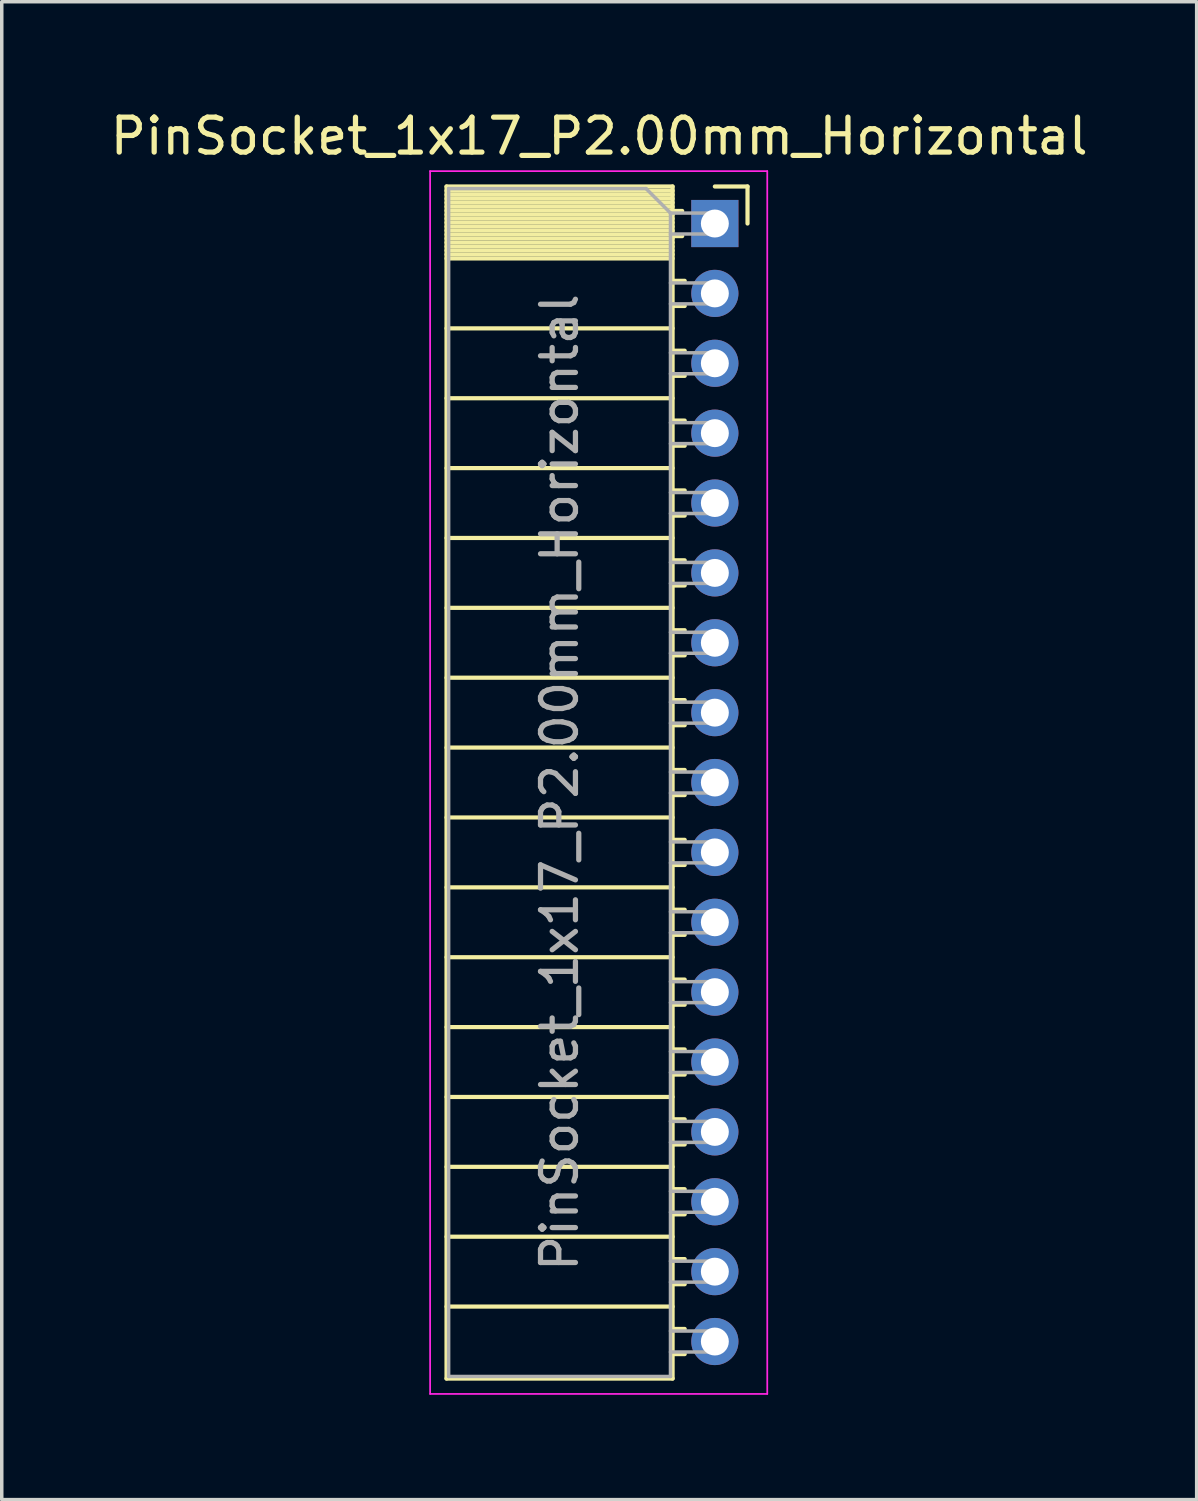
<source format=kicad_pcb>
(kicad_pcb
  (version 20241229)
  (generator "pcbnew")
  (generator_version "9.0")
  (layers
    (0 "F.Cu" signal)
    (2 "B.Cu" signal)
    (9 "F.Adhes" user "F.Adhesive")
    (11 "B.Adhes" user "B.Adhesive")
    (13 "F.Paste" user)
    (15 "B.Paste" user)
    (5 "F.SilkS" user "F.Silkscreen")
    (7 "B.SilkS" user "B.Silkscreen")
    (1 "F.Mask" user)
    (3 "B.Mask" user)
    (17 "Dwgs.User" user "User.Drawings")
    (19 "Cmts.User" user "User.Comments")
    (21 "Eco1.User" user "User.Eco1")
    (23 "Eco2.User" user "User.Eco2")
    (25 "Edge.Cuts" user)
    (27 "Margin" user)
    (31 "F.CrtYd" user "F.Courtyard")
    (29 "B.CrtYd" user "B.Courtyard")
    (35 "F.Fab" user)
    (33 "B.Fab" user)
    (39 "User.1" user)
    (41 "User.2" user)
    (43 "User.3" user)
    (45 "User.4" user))
  (footprint "PinSocket_1x17_P2.00mm_Horizontal"
    (layer "F.Cu")
    (at 17.411 3.348)
    (property "Reference" "PinSocket_1x17_P2.00mm_Horizontal" (at -3.31 -2.5 0) (layer "F.SilkS") (effects (font (size 1 1) (thickness 0.15))))
    (attr through_hole)
    (fp_line (start -7.68 -1.06) (end -7.68 33.06) (stroke (width 0.12) (type solid)) (layer "F.SilkS"))
    (fp_line (start -7.68 -1.06) (end -1.21 -1.06) (stroke (width 0.12) (type solid)) (layer "F.SilkS"))
    (fp_line (start -7.68 -0.94) (end -1.21 -0.94) (stroke (width 0.12) (type solid)) (layer "F.SilkS"))
    (fp_line (start -7.68 -0.826) (end -1.21 -0.826) (stroke (width 0.12) (type solid)) (layer "F.SilkS"))
    (fp_line (start -7.68 -0.712) (end -1.21 -0.712) (stroke (width 0.12) (type solid)) (layer "F.SilkS"))
    (fp_line (start -7.68 -0.598) (end -1.21 -0.598) (stroke (width 0.12) (type solid)) (layer "F.SilkS"))
    (fp_line (start -7.68 -0.484) (end -1.21 -0.484) (stroke (width 0.12) (type solid)) (layer "F.SilkS"))
    (fp_line (start -7.68 -0.369) (end -1.21 -0.369) (stroke (width 0.12) (type solid)) (layer "F.SilkS"))
    (fp_line (start -7.68 -0.255) (end -1.21 -0.255) (stroke (width 0.12) (type solid)) (layer "F.SilkS"))
    (fp_line (start -7.68 -0.141) (end -1.21 -0.141) (stroke (width 0.12) (type solid)) (layer "F.SilkS"))
    (fp_line (start -7.68 -0.027) (end -1.21 -0.027) (stroke (width 0.12) (type solid)) (layer "F.SilkS"))
    (fp_line (start -7.68 0.087) (end -1.21 0.087) (stroke (width 0.12) (type solid)) (layer "F.SilkS"))
    (fp_line (start -7.68 0.201) (end -1.21 0.201) (stroke (width 0.12) (type solid)) (layer "F.SilkS"))
    (fp_line (start -7.68 0.315) (end -1.21 0.315) (stroke (width 0.12) (type solid)) (layer "F.SilkS"))
    (fp_line (start -7.68 0.429) (end -1.21 0.429) (stroke (width 0.12) (type solid)) (layer "F.SilkS"))
    (fp_line (start -7.68 0.544) (end -1.21 0.544) (stroke (width 0.12) (type solid)) (layer "F.SilkS"))
    (fp_line (start -7.68 0.658) (end -1.21 0.658) (stroke (width 0.12) (type solid)) (layer "F.SilkS"))
    (fp_line (start -7.68 0.772) (end -1.21 0.772) (stroke (width 0.12) (type solid)) (layer "F.SilkS"))
    (fp_line (start -7.68 0.886) (end -1.21 0.886) (stroke (width 0.12) (type solid)) (layer "F.SilkS"))
    (fp_line (start -7.68 1) (end -1.21 1) (stroke (width 0.12) (type solid)) (layer "F.SilkS"))
    (fp_line (start -7.68 3) (end -1.21 3) (stroke (width 0.12) (type solid)) (layer "F.SilkS"))
    (fp_line (start -7.68 5) (end -1.21 5) (stroke (width 0.12) (type solid)) (layer "F.SilkS"))
    (fp_line (start -7.68 7) (end -1.21 7) (stroke (width 0.12) (type solid)) (layer "F.SilkS"))
    (fp_line (start -7.68 9) (end -1.21 9) (stroke (width 0.12) (type solid)) (layer "F.SilkS"))
    (fp_line (start -7.68 11) (end -1.21 11) (stroke (width 0.12) (type solid)) (layer "F.SilkS"))
    (fp_line (start -7.68 13) (end -1.21 13) (stroke (width 0.12) (type solid)) (layer "F.SilkS"))
    (fp_line (start -7.68 15) (end -1.21 15) (stroke (width 0.12) (type solid)) (layer "F.SilkS"))
    (fp_line (start -7.68 17) (end -1.21 17) (stroke (width 0.12) (type solid)) (layer "F.SilkS"))
    (fp_line (start -7.68 19) (end -1.21 19) (stroke (width 0.12) (type solid)) (layer "F.SilkS"))
    (fp_line (start -7.68 21) (end -1.21 21) (stroke (width 0.12) (type solid)) (layer "F.SilkS"))
    (fp_line (start -7.68 23) (end -1.21 23) (stroke (width 0.12) (type solid)) (layer "F.SilkS"))
    (fp_line (start -7.68 25) (end -1.21 25) (stroke (width 0.12) (type solid)) (layer "F.SilkS"))
    (fp_line (start -7.68 27) (end -1.21 27) (stroke (width 0.12) (type solid)) (layer "F.SilkS"))
    (fp_line (start -7.68 29) (end -1.21 29) (stroke (width 0.12) (type solid)) (layer "F.SilkS"))
    (fp_line (start -7.68 31) (end -1.21 31) (stroke (width 0.12) (type solid)) (layer "F.SilkS"))
    (fp_line (start -7.68 33.06) (end -1.21 33.06) (stroke (width 0.12) (type solid)) (layer "F.SilkS"))
    (fp_line (start -1.21 -1.06) (end -1.21 33.06) (stroke (width 0.12) (type solid)) (layer "F.SilkS"))
    (fp_line (start -1.21 -0.36) (end -0.935 -0.36) (stroke (width 0.12) (type solid)) (layer "F.SilkS"))
    (fp_line (start -1.21 0.36) (end -0.935 0.36) (stroke (width 0.12) (type solid)) (layer "F.SilkS"))
    (fp_line (start -1.21 1.64) (end -0.863 1.64) (stroke (width 0.12) (type solid)) (layer "F.SilkS"))
    (fp_line (start -1.21 2.36) (end -0.863 2.36) (stroke (width 0.12) (type solid)) (layer "F.SilkS"))
    (fp_line (start -1.21 3.64) (end -0.863 3.64) (stroke (width 0.12) (type solid)) (layer "F.SilkS"))
    (fp_line (start -1.21 4.36) (end -0.863 4.36) (stroke (width 0.12) (type solid)) (layer "F.SilkS"))
    (fp_line (start -1.21 5.64) (end -0.863 5.64) (stroke (width 0.12) (type solid)) (layer "F.SilkS"))
    (fp_line (start -1.21 6.36) (end -0.863 6.36) (stroke (width 0.12) (type solid)) (layer "F.SilkS"))
    (fp_line (start -1.21 7.64) (end -0.863 7.64) (stroke (width 0.12) (type solid)) (layer "F.SilkS"))
    (fp_line (start -1.21 8.36) (end -0.863 8.36) (stroke (width 0.12) (type solid)) (layer "F.SilkS"))
    (fp_line (start -1.21 9.64) (end -0.863 9.64) (stroke (width 0.12) (type solid)) (layer "F.SilkS"))
    (fp_line (start -1.21 10.36) (end -0.863 10.36) (stroke (width 0.12) (type solid)) (layer "F.SilkS"))
    (fp_line (start -1.21 11.64) (end -0.863 11.64) (stroke (width 0.12) (type solid)) (layer "F.SilkS"))
    (fp_line (start -1.21 12.36) (end -0.863 12.36) (stroke (width 0.12) (type solid)) (layer "F.SilkS"))
    (fp_line (start -1.21 13.64) (end -0.863 13.64) (stroke (width 0.12) (type solid)) (layer "F.SilkS"))
    (fp_line (start -1.21 14.36) (end -0.863 14.36) (stroke (width 0.12) (type solid)) (layer "F.SilkS"))
    (fp_line (start -1.21 15.64) (end -0.863 15.64) (stroke (width 0.12) (type solid)) (layer "F.SilkS"))
    (fp_line (start -1.21 16.36) (end -0.863 16.36) (stroke (width 0.12) (type solid)) (layer "F.SilkS"))
    (fp_line (start -1.21 17.64) (end -0.863 17.64) (stroke (width 0.12) (type solid)) (layer "F.SilkS"))
    (fp_line (start -1.21 18.36) (end -0.863 18.36) (stroke (width 0.12) (type solid)) (layer "F.SilkS"))
    (fp_line (start -1.21 19.64) (end -0.863 19.64) (stroke (width 0.12) (type solid)) (layer "F.SilkS"))
    (fp_line (start -1.21 20.36) (end -0.863 20.36) (stroke (width 0.12) (type solid)) (layer "F.SilkS"))
    (fp_line (start -1.21 21.64) (end -0.863 21.64) (stroke (width 0.12) (type solid)) (layer "F.SilkS"))
    (fp_line (start -1.21 22.36) (end -0.863 22.36) (stroke (width 0.12) (type solid)) (layer "F.SilkS"))
    (fp_line (start -1.21 23.64) (end -0.863 23.64) (stroke (width 0.12) (type solid)) (layer "F.SilkS"))
    (fp_line (start -1.21 24.36) (end -0.863 24.36) (stroke (width 0.12) (type solid)) (layer "F.SilkS"))
    (fp_line (start -1.21 25.64) (end -0.863 25.64) (stroke (width 0.12) (type solid)) (layer "F.SilkS"))
    (fp_line (start -1.21 26.36) (end -0.863 26.36) (stroke (width 0.12) (type solid)) (layer "F.SilkS"))
    (fp_line (start -1.21 27.64) (end -0.863 27.64) (stroke (width 0.12) (type solid)) (layer "F.SilkS"))
    (fp_line (start -1.21 28.36) (end -0.863 28.36) (stroke (width 0.12) (type solid)) (layer "F.SilkS"))
    (fp_line (start -1.21 29.64) (end -0.863 29.64) (stroke (width 0.12) (type solid)) (layer "F.SilkS"))
    (fp_line (start -1.21 30.36) (end -0.863 30.36) (stroke (width 0.12) (type solid)) (layer "F.SilkS"))
    (fp_line (start -1.21 31.64) (end -0.863 31.64) (stroke (width 0.12) (type solid)) (layer "F.SilkS"))
    (fp_line (start -1.21 32.36) (end -0.863 32.36) (stroke (width 0.12) (type solid)) (layer "F.SilkS"))
    (fp_line (start 0 -1.06) (end 0.935 -1.06) (stroke (width 0.12) (type solid)) (layer "F.SilkS"))
    (fp_line (start 0.935 -1.06) (end 0.935 0) (stroke (width 0.12) (type solid)) (layer "F.SilkS"))
    (fp_line (start -8.15 -1.5) (end -8.15 33.5) (stroke (width 0.05) (type solid)) (layer "F.CrtYd"))
    (fp_line (start -8.15 33.5) (end 1.5 33.5) (stroke (width 0.05) (type solid)) (layer "F.CrtYd"))
    (fp_line (start 1.5 -1.5) (end -8.15 -1.5) (stroke (width 0.05) (type solid)) (layer "F.CrtYd"))
    (fp_line (start 1.5 33.5) (end 1.5 -1.5) (stroke (width 0.05) (type solid)) (layer "F.CrtYd"))
    (fp_line (start -7.62 -1) (end -1.97 -1) (stroke (width 0.1) (type solid)) (layer "F.Fab"))
    (fp_line (start -7.62 33) (end -7.62 -1) (stroke (width 0.1) (type solid)) (layer "F.Fab"))
    (fp_line (start -1.97 -1) (end -1.27 -0.3) (stroke (width 0.1) (type solid)) (layer "F.Fab"))
    (fp_line (start -1.27 -0.3) (end -1.27 33) (stroke (width 0.1) (type solid)) (layer "F.Fab"))
    (fp_line (start -1.27 0.3) (end 0 0.3) (stroke (width 0.1) (type solid)) (layer "F.Fab"))
    (fp_line (start -1.27 2.3) (end 0 2.3) (stroke (width 0.1) (type solid)) (layer "F.Fab"))
    (fp_line (start -1.27 4.3) (end 0 4.3) (stroke (width 0.1) (type solid)) (layer "F.Fab"))
    (fp_line (start -1.27 6.3) (end 0 6.3) (stroke (width 0.1) (type solid)) (layer "F.Fab"))
    (fp_line (start -1.27 8.3) (end 0 8.3) (stroke (width 0.1) (type solid)) (layer "F.Fab"))
    (fp_line (start -1.27 10.3) (end 0 10.3) (stroke (width 0.1) (type solid)) (layer "F.Fab"))
    (fp_line (start -1.27 12.3) (end 0 12.3) (stroke (width 0.1) (type solid)) (layer "F.Fab"))
    (fp_line (start -1.27 14.3) (end 0 14.3) (stroke (width 0.1) (type solid)) (layer "F.Fab"))
    (fp_line (start -1.27 16.3) (end 0 16.3) (stroke (width 0.1) (type solid)) (layer "F.Fab"))
    (fp_line (start -1.27 18.3) (end 0 18.3) (stroke (width 0.1) (type solid)) (layer "F.Fab"))
    (fp_line (start -1.27 20.3) (end 0 20.3) (stroke (width 0.1) (type solid)) (layer "F.Fab"))
    (fp_line (start -1.27 22.3) (end 0 22.3) (stroke (width 0.1) (type solid)) (layer "F.Fab"))
    (fp_line (start -1.27 24.3) (end 0 24.3) (stroke (width 0.1) (type solid)) (layer "F.Fab"))
    (fp_line (start -1.27 26.3) (end 0 26.3) (stroke (width 0.1) (type solid)) (layer "F.Fab"))
    (fp_line (start -1.27 28.3) (end 0 28.3) (stroke (width 0.1) (type solid)) (layer "F.Fab"))
    (fp_line (start -1.27 30.3) (end 0 30.3) (stroke (width 0.1) (type solid)) (layer "F.Fab"))
    (fp_line (start -1.27 32.3) (end 0 32.3) (stroke (width 0.1) (type solid)) (layer "F.Fab"))
    (fp_line (start -1.27 33) (end -7.62 33) (stroke (width 0.1) (type solid)) (layer "F.Fab"))
    (fp_line (start 0 -0.3) (end -1.27 -0.3) (stroke (width 0.1) (type solid)) (layer "F.Fab"))
    (fp_line (start 0 0.3) (end 0 -0.3) (stroke (width 0.1) (type solid)) (layer "F.Fab"))
    (fp_line (start 0 1.7) (end -1.27 1.7) (stroke (width 0.1) (type solid)) (layer "F.Fab"))
    (fp_line (start 0 2.3) (end 0 1.7) (stroke (width 0.1) (type solid)) (layer "F.Fab"))
    (fp_line (start 0 3.7) (end -1.27 3.7) (stroke (width 0.1) (type solid)) (layer "F.Fab"))
    (fp_line (start 0 4.3) (end 0 3.7) (stroke (width 0.1) (type solid)) (layer "F.Fab"))
    (fp_line (start 0 5.7) (end -1.27 5.7) (stroke (width 0.1) (type solid)) (layer "F.Fab"))
    (fp_line (start 0 6.3) (end 0 5.7) (stroke (width 0.1) (type solid)) (layer "F.Fab"))
    (fp_line (start 0 7.7) (end -1.27 7.7) (stroke (width 0.1) (type solid)) (layer "F.Fab"))
    (fp_line (start 0 8.3) (end 0 7.7) (stroke (width 0.1) (type solid)) (layer "F.Fab"))
    (fp_line (start 0 9.7) (end -1.27 9.7) (stroke (width 0.1) (type solid)) (layer "F.Fab"))
    (fp_line (start 0 10.3) (end 0 9.7) (stroke (width 0.1) (type solid)) (layer "F.Fab"))
    (fp_line (start 0 11.7) (end -1.27 11.7) (stroke (width 0.1) (type solid)) (layer "F.Fab"))
    (fp_line (start 0 12.3) (end 0 11.7) (stroke (width 0.1) (type solid)) (layer "F.Fab"))
    (fp_line (start 0 13.7) (end -1.27 13.7) (stroke (width 0.1) (type solid)) (layer "F.Fab"))
    (fp_line (start 0 14.3) (end 0 13.7) (stroke (width 0.1) (type solid)) (layer "F.Fab"))
    (fp_line (start 0 15.7) (end -1.27 15.7) (stroke (width 0.1) (type solid)) (layer "F.Fab"))
    (fp_line (start 0 16.3) (end 0 15.7) (stroke (width 0.1) (type solid)) (layer "F.Fab"))
    (fp_line (start 0 17.7) (end -1.27 17.7) (stroke (width 0.1) (type solid)) (layer "F.Fab"))
    (fp_line (start 0 18.3) (end 0 17.7) (stroke (width 0.1) (type solid)) (layer "F.Fab"))
    (fp_line (start 0 19.7) (end -1.27 19.7) (stroke (width 0.1) (type solid)) (layer "F.Fab"))
    (fp_line (start 0 20.3) (end 0 19.7) (stroke (width 0.1) (type solid)) (layer "F.Fab"))
    (fp_line (start 0 21.7) (end -1.27 21.7) (stroke (width 0.1) (type solid)) (layer "F.Fab"))
    (fp_line (start 0 22.3) (end 0 21.7) (stroke (width 0.1) (type solid)) (layer "F.Fab"))
    (fp_line (start 0 23.7) (end -1.27 23.7) (stroke (width 0.1) (type solid)) (layer "F.Fab"))
    (fp_line (start 0 24.3) (end 0 23.7) (stroke (width 0.1) (type solid)) (layer "F.Fab"))
    (fp_line (start 0 25.7) (end -1.27 25.7) (stroke (width 0.1) (type solid)) (layer "F.Fab"))
    (fp_line (start 0 26.3) (end 0 25.7) (stroke (width 0.1) (type solid)) (layer "F.Fab"))
    (fp_line (start 0 27.7) (end -1.27 27.7) (stroke (width 0.1) (type solid)) (layer "F.Fab"))
    (fp_line (start 0 28.3) (end 0 27.7) (stroke (width 0.1) (type solid)) (layer "F.Fab"))
    (fp_line (start 0 29.7) (end -1.27 29.7) (stroke (width 0.1) (type solid)) (layer "F.Fab"))
    (fp_line (start 0 30.3) (end 0 29.7) (stroke (width 0.1) (type solid)) (layer "F.Fab"))
    (fp_line (start 0 31.7) (end -1.27 31.7) (stroke (width 0.1) (type solid)) (layer "F.Fab"))
    (fp_line (start 0 32.3) (end 0 31.7) (stroke (width 0.1) (type solid)) (layer "F.Fab"))
    (fp_text user "${REFERENCE}" (at -4.445 16 90) (layer "F.Fab") (effects (font (size 1 1) (thickness 0.15))))
    (pad "1" thru_hole rect (at 0 0) (size 1.35 1.35) (drill 0.8) (layers "*.Cu" "*.Mask"))
    (pad "2" thru_hole circle (at 0 2) (size 1.35 1.35) (drill 0.8) (layers "*.Cu" "*.Mask"))
    (pad "3" thru_hole circle (at 0 4) (size 1.35 1.35) (drill 0.8) (layers "*.Cu" "*.Mask"))
    (pad "4" thru_hole circle (at 0 6) (size 1.35 1.35) (drill 0.8) (layers "*.Cu" "*.Mask"))
    (pad "5" thru_hole circle (at 0 8) (size 1.35 1.35) (drill 0.8) (layers "*.Cu" "*.Mask"))
    (pad "6" thru_hole circle (at 0 10) (size 1.35 1.35) (drill 0.8) (layers "*.Cu" "*.Mask"))
    (pad "7" thru_hole circle (at 0 12) (size 1.35 1.35) (drill 0.8) (layers "*.Cu" "*.Mask"))
    (pad "8" thru_hole circle (at 0 14) (size 1.35 1.35) (drill 0.8) (layers "*.Cu" "*.Mask"))
    (pad "9" thru_hole circle (at 0 16) (size 1.35 1.35) (drill 0.8) (layers "*.Cu" "*.Mask"))
    (pad "10" thru_hole circle (at 0 18) (size 1.35 1.35) (drill 0.8) (layers "*.Cu" "*.Mask"))
    (pad "11" thru_hole circle (at 0 20) (size 1.35 1.35) (drill 0.8) (layers "*.Cu" "*.Mask"))
    (pad "12" thru_hole circle (at 0 22) (size 1.35 1.35) (drill 0.8) (layers "*.Cu" "*.Mask"))
    (pad "13" thru_hole circle (at 0 24) (size 1.35 1.35) (drill 0.8) (layers "*.Cu" "*.Mask"))
    (pad "14" thru_hole circle (at 0 26) (size 1.35 1.35) (drill 0.8) (layers "*.Cu" "*.Mask"))
    (pad "15" thru_hole circle (at 0 28) (size 1.35 1.35) (drill 0.8) (layers "*.Cu" "*.Mask"))
    (pad "16" thru_hole circle (at 0 30) (size 1.35 1.35) (drill 0.8) (layers "*.Cu" "*.Mask"))
    (pad "17" thru_hole circle (at 0 32) (size 1.35 1.35) (drill 0.8) (layers "*.Cu" "*.Mask")))
  (gr_rect
    (start -3 -3)
    (end 31.202 39.873)
    (stroke (width 0.1) (type default))
    (fill no)
    (layer "Edge.Cuts")))
</source>
